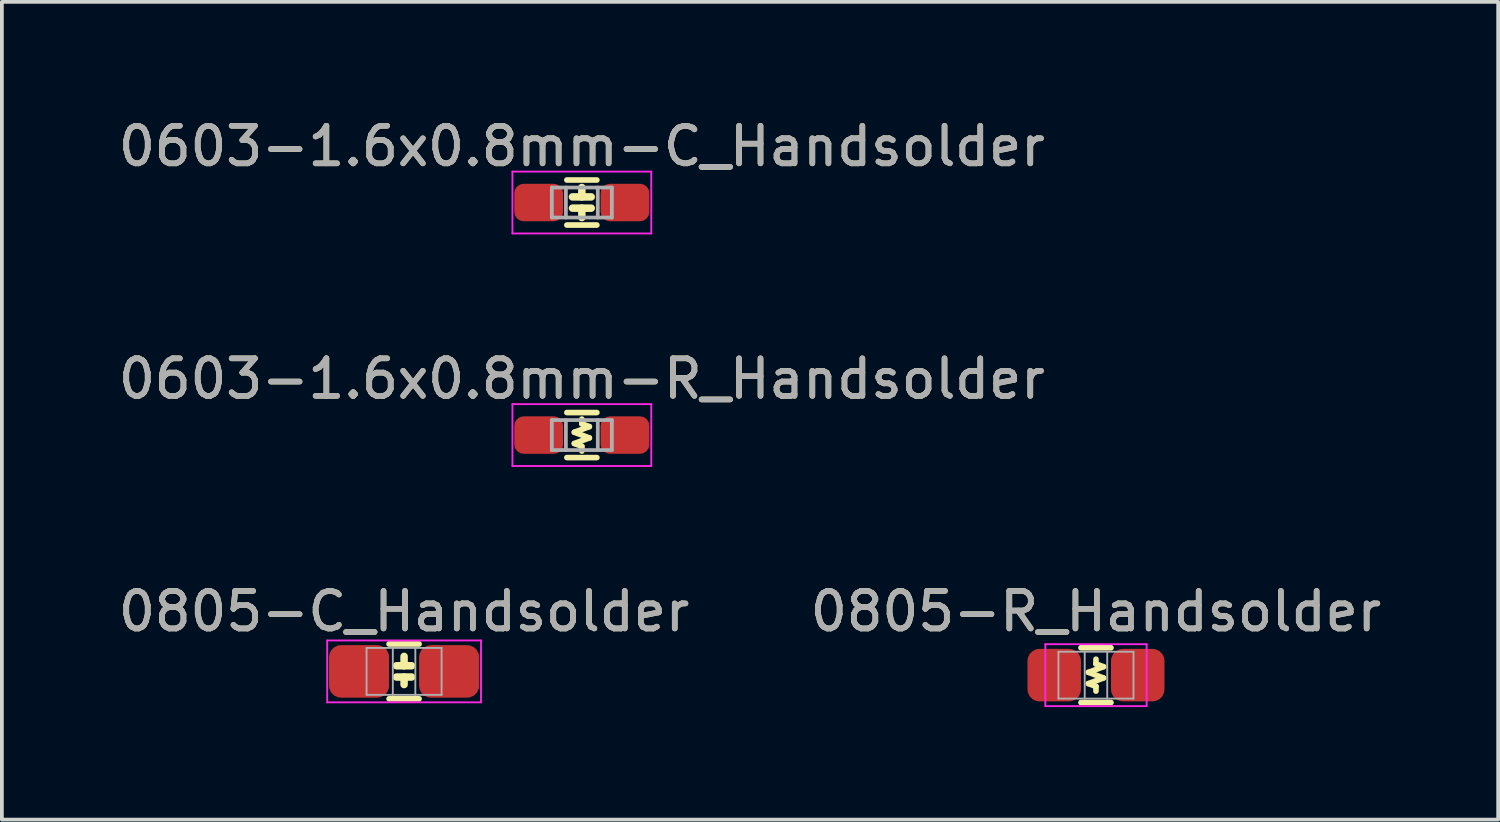
<source format=kicad_pcb>
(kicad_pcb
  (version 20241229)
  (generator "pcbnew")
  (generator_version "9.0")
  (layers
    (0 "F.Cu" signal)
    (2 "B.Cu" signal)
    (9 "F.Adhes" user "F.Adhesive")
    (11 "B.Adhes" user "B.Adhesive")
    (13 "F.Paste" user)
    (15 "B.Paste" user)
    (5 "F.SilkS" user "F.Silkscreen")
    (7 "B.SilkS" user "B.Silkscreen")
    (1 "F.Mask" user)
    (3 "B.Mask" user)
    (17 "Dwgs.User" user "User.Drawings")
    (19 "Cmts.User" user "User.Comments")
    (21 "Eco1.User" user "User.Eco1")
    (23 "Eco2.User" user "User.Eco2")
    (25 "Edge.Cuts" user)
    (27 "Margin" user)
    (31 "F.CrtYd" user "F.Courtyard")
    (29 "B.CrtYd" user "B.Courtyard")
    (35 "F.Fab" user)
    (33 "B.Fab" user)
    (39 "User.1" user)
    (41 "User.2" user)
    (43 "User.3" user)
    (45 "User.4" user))
  (footprint "0603-1.6x0.8mm-C_Handsolder"
    (layer "F.Cu")
    (at 12.458 2.348)
    (property "Reference" "0603-1.6x0.8mm-C_Handsolder" (at 0 -1.5 0) (unlocked yes) (layer "F.SilkS") (effects (font (size 1 1) (thickness 0.15))))
    (attr smd)
    (fp_line (start -0.4 -0.6) (end 0.4 -0.6) (stroke (width 0.15) (type solid)) (layer "F.SilkS"))
    (fp_line (start -0.4 0.6) (end 0.4 0.6) (stroke (width 0.15) (type solid)) (layer "F.SilkS"))
    (fp_line (start 0 -0.15) (end 0 -0.4) (stroke (width 0.2) (type solid)) (layer "F.SilkS"))
    (fp_line (start 0 0.15) (end 0 0.4) (stroke (width 0.2) (type solid)) (layer "F.SilkS"))
    (fp_line (start 0.25 -0.15) (end -0.25 -0.15) (stroke (width 0.2) (type solid)) (layer "F.SilkS"))
    (fp_line (start 0.25 0.15) (end -0.25 0.15) (stroke (width 0.2) (type solid)) (layer "F.SilkS"))
    (fp_line (start -1.85 -0.825) (end -1.85 0.825) (stroke (width 0.05) (type solid)) (layer "F.CrtYd"))
    (fp_line (start -1.85 -0.825) (end 1.85 -0.825) (stroke (width 0.05) (type solid)) (layer "F.CrtYd"))
    (fp_line (start 1.85 -0.825) (end 1.85 0.825) (stroke (width 0.05) (type solid)) (layer "F.CrtYd"))
    (fp_line (start 1.85 0.825) (end -1.85 0.825) (stroke (width 0.05) (type solid)) (layer "F.CrtYd"))
    (fp_line (start -0.8 -0.4) (end -0.8 0.4) (stroke (width 0.1) (type solid)) (layer "F.Fab"))
    (fp_line (start -0.8 0.4) (end 0.8 0.4) (stroke (width 0.1) (type solid)) (layer "F.Fab"))
    (fp_line (start -0.425 0.4) (end -0.425 -0.4) (stroke (width 0.1) (type solid)) (layer "F.Fab"))
    (fp_line (start 0.425 -0.4) (end 0.425 0.4) (stroke (width 0.1) (type solid)) (layer "F.Fab"))
    (fp_line (start 0.8 -0.4) (end -0.8 -0.4) (stroke (width 0.1) (type solid)) (layer "F.Fab"))
    (fp_line (start 0.8 0.4) (end 0.8 -0.4) (stroke (width 0.1) (type solid)) (layer "F.Fab"))
    (fp_text user "${REFERENCE}" (at 0 -1.5 0) (unlocked yes) (layer "F.Fab") (effects (font (size 1 1) (thickness 0.15))))
    (pad "1" smd roundrect (at 1.15 0) (size 1.3 1) (layers "F.Cu" "F.Mask" "F.Paste") (roundrect_rratio 0.25))
    (pad "2" smd roundrect (at -1.15 0) (size 1.3 1) (layers "F.Cu" "F.Mask" "F.Paste") (roundrect_rratio 0.25)))
  (footprint "0603-1.6x0.8mm-R_Handsolder"
    (layer "F.Cu")
    (at 12.458 8.546)
    (property "Reference" "0603-1.6x0.8mm-R_Handsolder" (at 0 -1.5 0) (unlocked yes) (layer "F.SilkS") (effects (font (size 1 1) (thickness 0.15))))
    (attr smd)
    (fp_line (start -0.4 -0.6) (end 0.4 -0.6) (stroke (width 0.15) (type solid)) (layer "F.SilkS"))
    (fp_line (start -0.4 0.6) (end 0.4 0.6) (stroke (width 0.15) (type solid)) (layer "F.SilkS"))
    (fp_line (start 0 -0.425) (end 0 -0.3) (stroke (width 0.15) (type solid)) (layer "F.SilkS"))
    (fp_line (start 0 0.3) (end -0.2 0.225) (stroke (width 0.15) (type solid)) (layer "F.SilkS"))
    (fp_line (start 0 0.425) (end 0 0.3) (stroke (width 0.15) (type solid)) (layer "F.SilkS"))
    (fp_line (start 0.2 -0.225) (end -0.2 -0.075) (stroke (width 0.15) (type solid)) (layer "F.SilkS"))
    (fp_line (start 0.2 -0.225) (end 0 -0.3) (stroke (width 0.15) (type solid)) (layer "F.SilkS"))
    (fp_line (start 0.2 0.075) (end -0.2 -0.075) (stroke (width 0.15) (type solid)) (layer "F.SilkS"))
    (fp_line (start 0.2 0.075) (end -0.2 0.225) (stroke (width 0.15) (type solid)) (layer "F.SilkS"))
    (fp_line (start -1.85 -0.825) (end -1.85 0.825) (stroke (width 0.05) (type solid)) (layer "F.CrtYd"))
    (fp_line (start -1.85 -0.825) (end 1.85 -0.825) (stroke (width 0.05) (type solid)) (layer "F.CrtYd"))
    (fp_line (start 1.85 -0.825) (end 1.85 0.825) (stroke (width 0.05) (type solid)) (layer "F.CrtYd"))
    (fp_line (start 1.85 0.825) (end -1.85 0.825) (stroke (width 0.05) (type solid)) (layer "F.CrtYd"))
    (fp_line (start -0.8 -0.4) (end -0.8 0.4) (stroke (width 0.1) (type solid)) (layer "F.Fab"))
    (fp_line (start -0.8 0.4) (end 0.8 0.4) (stroke (width 0.1) (type solid)) (layer "F.Fab"))
    (fp_line (start -0.425 0.4) (end -0.425 -0.4) (stroke (width 0.1) (type solid)) (layer "F.Fab"))
    (fp_line (start 0.425 -0.4) (end 0.425 0.4) (stroke (width 0.1) (type solid)) (layer "F.Fab"))
    (fp_line (start 0.8 -0.4) (end -0.8 -0.4) (stroke (width 0.1) (type solid)) (layer "F.Fab"))
    (fp_line (start 0.8 0.4) (end 0.8 -0.4) (stroke (width 0.1) (type solid)) (layer "F.Fab"))
    (fp_text user "${REFERENCE}" (at 0 -1.5 0) (unlocked yes) (layer "F.Fab") (effects (font (size 1 1) (thickness 0.15))))
    (pad "1" smd roundrect (at 1.15 0) (size 1.3 1) (layers "F.Cu" "F.Mask" "F.Paste") (roundrect_rratio 0.25))
    (pad "2" smd roundrect (at -1.15 0) (size 1.3 1) (layers "F.Cu" "F.Mask" "F.Paste") (roundrect_rratio 0.25)))
  (footprint "0805-R_Handsolder"
    (layer "F.Cu")
    (at 26.161 14.945)
    (property "Reference" "0805-R_Handsolder" (at 0 -1.7 0) (layer "F.SilkS") (effects (font (size 1 1) (thickness 0.15))))
    (attr smd)
    (fp_line (start -0.4 -0.73) (end 0.4 -0.73) (stroke (width 0.15) (type solid)) (layer "F.SilkS"))
    (fp_line (start -0.4 0.73) (end 0.4 0.73) (stroke (width 0.15) (type solid)) (layer "F.SilkS"))
    (fp_line (start 0 -0.425) (end 0 -0.3) (stroke (width 0.15) (type solid)) (layer "F.SilkS"))
    (fp_line (start 0 0.3) (end -0.2 0.225) (stroke (width 0.15) (type solid)) (layer "F.SilkS"))
    (fp_line (start 0 0.425) (end 0 0.3) (stroke (width 0.15) (type solid)) (layer "F.SilkS"))
    (fp_line (start 0.2 -0.225) (end -0.2 -0.075) (stroke (width 0.15) (type solid)) (layer "F.SilkS"))
    (fp_line (start 0.2 -0.225) (end 0 -0.3) (stroke (width 0.15) (type solid)) (layer "F.SilkS"))
    (fp_line (start 0.2 0.075) (end -0.2 -0.075) (stroke (width 0.15) (type solid)) (layer "F.SilkS"))
    (fp_line (start 0.2 0.075) (end -0.2 0.225) (stroke (width 0.15) (type solid)) (layer "F.SilkS"))
    (fp_line (start -1.35 -0.825) (end -1.35 0.825) (stroke (width 0.05) (type solid)) (layer "F.CrtYd"))
    (fp_line (start -1.35 -0.825) (end 1.35 -0.825) (stroke (width 0.05) (type solid)) (layer "F.CrtYd"))
    (fp_line (start 1.35 -0.825) (end 1.35 0.825) (stroke (width 0.05) (type solid)) (layer "F.CrtYd"))
    (fp_line (start 1.35 0.825) (end -1.35 0.825) (stroke (width 0.05) (type solid)) (layer "F.CrtYd"))
    (fp_line (start -1 -0.625) (end 1 -0.625) (stroke (width 0.05) (type solid)) (layer "F.Fab"))
    (fp_line (start -1 0.625) (end -1 -0.625) (stroke (width 0.05) (type solid)) (layer "F.Fab"))
    (fp_line (start -0.3 -0.625) (end -0.3 0.625) (stroke (width 0.05) (type solid)) (layer "F.Fab"))
    (fp_line (start 0.3 0.625) (end 0.3 -0.625) (stroke (width 0.05) (type solid)) (layer "F.Fab"))
    (fp_line (start 1 -0.625) (end 1 0.625) (stroke (width 0.05) (type solid)) (layer "F.Fab"))
    (fp_line (start 1 0.625) (end -1 0.625) (stroke (width 0.05) (type solid)) (layer "F.Fab"))
    (fp_text user "${REFERENCE}" (at 0 -1.7 0) (unlocked yes) (layer "F.Fab") (effects (font (size 1 1) (thickness 0.15))))
    (pad "1" smd roundrect (at -1.113 0) (size 1.425 1.4) (layers "F.Cu" "F.Mask" "F.Paste") (roundrect_rratio 0.227))
    (pad "2" smd roundrect (at 1.113 0) (size 1.425 1.4) (layers "F.Cu" "F.Mask" "F.Paste") (roundrect_rratio 0.227)))
  (footprint "0805-C_Handsolder"
    (layer "F.Cu")
    (at 7.72 14.845)
    (property "Reference" "0805-C_Handsolder" (at 0 -1.6 0) (layer "F.SilkS") (effects (font (size 1 1) (thickness 0.15))))
    (attr smd)
    (fp_line (start -0.4 -0.73) (end 0.4 -0.73) (stroke (width 0.15) (type solid)) (layer "F.SilkS"))
    (fp_line (start -0.4 0.73) (end 0.4 0.73) (stroke (width 0.15) (type solid)) (layer "F.SilkS"))
    (fp_line (start 0 -0.15) (end 0 -0.4) (stroke (width 0.2) (type solid)) (layer "F.SilkS"))
    (fp_line (start 0 0.15) (end 0 0.35) (stroke (width 0.2) (type solid)) (layer "F.SilkS"))
    (fp_line (start 0.2 -0.15) (end -0.2 -0.15) (stroke (width 0.2) (type solid)) (layer "F.SilkS"))
    (fp_line (start 0.2 0.15) (end -0.2 0.15) (stroke (width 0.2) (type solid)) (layer "F.SilkS"))
    (fp_line (start -2.05 -0.825) (end -2.05 0.825) (stroke (width 0.05) (type solid)) (layer "F.CrtYd"))
    (fp_line (start -2.05 -0.825) (end 2.05 -0.825) (stroke (width 0.05) (type solid)) (layer "F.CrtYd"))
    (fp_line (start 2.05 -0.825) (end 2.05 0.825) (stroke (width 0.05) (type solid)) (layer "F.CrtYd"))
    (fp_line (start 2.05 0.825) (end -2.05 0.825) (stroke (width 0.05) (type solid)) (layer "F.CrtYd"))
    (fp_line (start -1 -0.625) (end 1 -0.625) (stroke (width 0.05) (type solid)) (layer "F.Fab"))
    (fp_line (start -1 0.625) (end -1 -0.625) (stroke (width 0.05) (type solid)) (layer "F.Fab"))
    (fp_line (start -0.3 -0.625) (end -0.3 0.625) (stroke (width 0.05) (type solid)) (layer "F.Fab"))
    (fp_line (start 0.3 0.625) (end 0.3 -0.625) (stroke (width 0.05) (type solid)) (layer "F.Fab"))
    (fp_line (start 1 -0.625) (end 1 0.625) (stroke (width 0.05) (type solid)) (layer "F.Fab"))
    (fp_line (start 1 0.625) (end -1 0.625) (stroke (width 0.05) (type solid)) (layer "F.Fab"))
    (fp_text user "${REFERENCE}" (at 0 -1.6 0) (unlocked yes) (layer "F.Fab") (effects (font (size 1 1) (thickness 0.15))))
    (pad "1" smd roundrect (at -1.2 0) (size 1.6 1.4) (layers "F.Cu" "F.Mask" "F.Paste") (roundrect_rratio 0.227))
    (pad "2" smd roundrect (at 1.2 0) (size 1.6 1.4) (layers "F.Cu" "F.Mask" "F.Paste") (roundrect_rratio 0.227)))
  (gr_rect
    (start -3 -3)
    (end 36.881 18.795)
    (stroke (width 0.1) (type default))
    (fill no)
    (layer "Edge.Cuts")))
</source>
